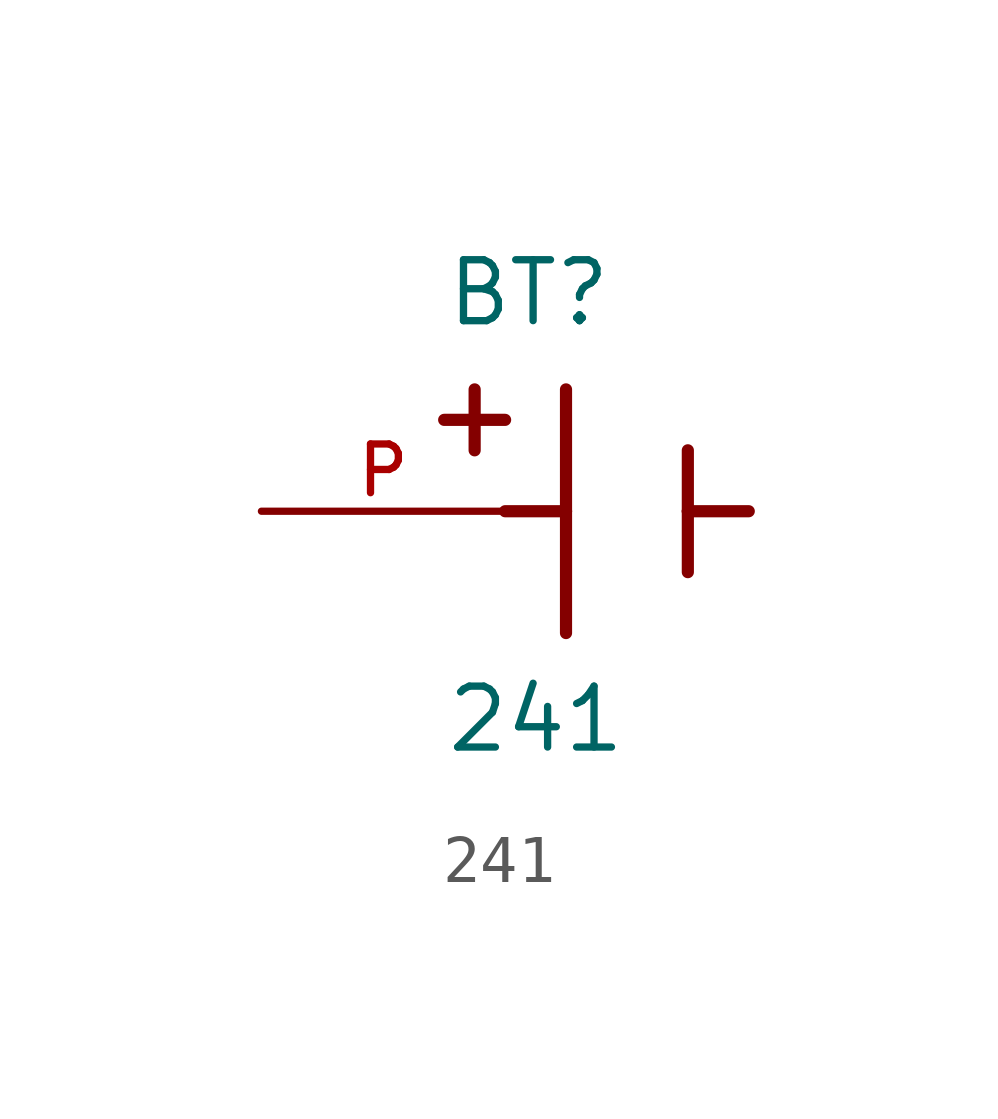
<source format=kicad_sym>
(kicad_symbol_lib
  (version 20211014)
  (generator kicad_symbol_editor)
  (symbol "241"
    (pin_names
      (offset 1.016))
    (property "Reference" "BT"
      (at -3.81 3.81 0)
      (effects (font (size 1.27 1.27)) (justify bottom left)))
    (property "Value" "241"
      (at -3.81 -5.08 0)
      (effects (font (size 1.27 1.27)) (justify bottom left)))
    (symbol "241_0_0"
      (polyline (pts (xy -1.27 2.54) (xy -1.27 0.0)) (stroke (width 0.254)))
      (polyline (pts (xy -1.27 0.0) (xy -1.27 -2.54)) (stroke (width 0.254)))
      (polyline (pts (xy 1.27 1.27) (xy 1.27 0.0)) (stroke (width 0.254)))
      (polyline (pts (xy 1.27 0.0) (xy 1.27 -1.27)) (stroke (width 0.254)))
      (polyline (pts (xy -1.27 0.0) (xy -2.54 0.0)) (stroke (width 0.254)))
      (polyline (pts (xy 1.27 0.0) (xy 2.54 0.0)) (stroke (width 0.254)))
      (polyline (pts (xy -3.175 2.54) (xy -3.175 1.27)) (stroke (width 0.254)))
      (polyline (pts (xy -3.81 1.905) (xy -2.54 1.905)) (stroke (width 0.254)))
      (pin passive line (at -7.62 0.0 0) (length 5.08) (name "~" (effects (font (size 1.016 1.016)))) (number "P" (effects (font (size 1.016 1.016))))))))
</source>
